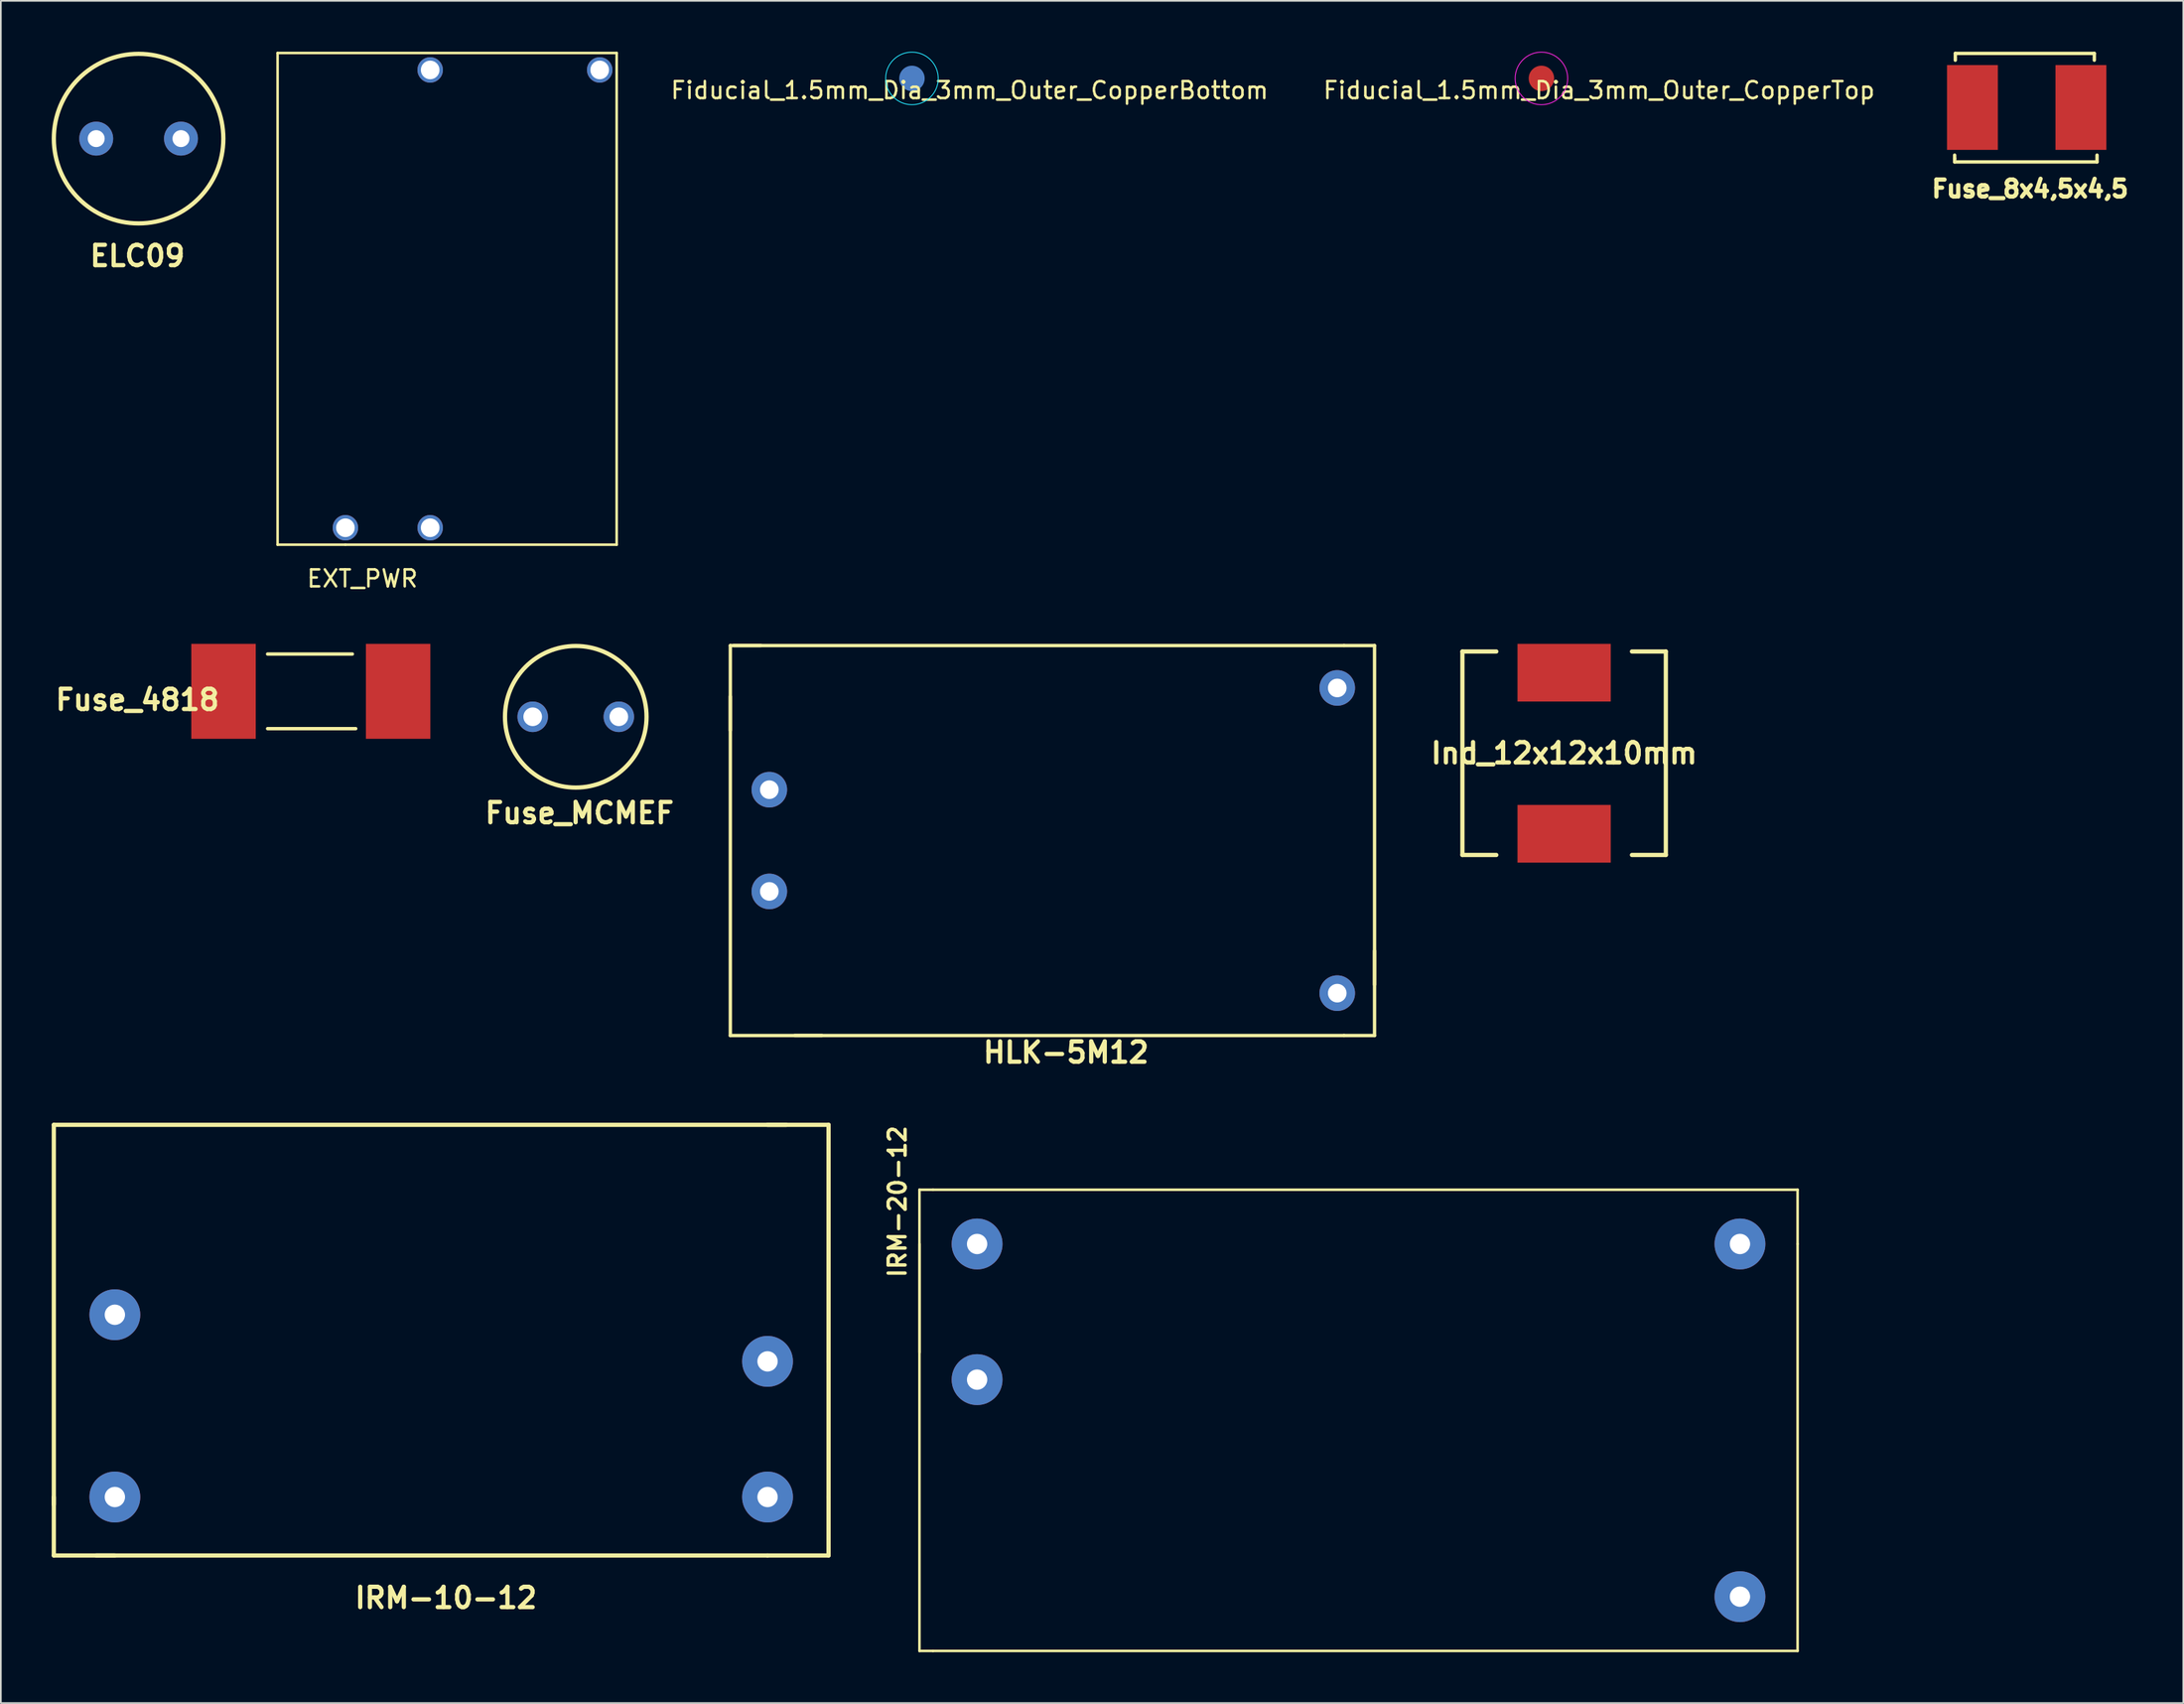
<source format=kicad_pcb>
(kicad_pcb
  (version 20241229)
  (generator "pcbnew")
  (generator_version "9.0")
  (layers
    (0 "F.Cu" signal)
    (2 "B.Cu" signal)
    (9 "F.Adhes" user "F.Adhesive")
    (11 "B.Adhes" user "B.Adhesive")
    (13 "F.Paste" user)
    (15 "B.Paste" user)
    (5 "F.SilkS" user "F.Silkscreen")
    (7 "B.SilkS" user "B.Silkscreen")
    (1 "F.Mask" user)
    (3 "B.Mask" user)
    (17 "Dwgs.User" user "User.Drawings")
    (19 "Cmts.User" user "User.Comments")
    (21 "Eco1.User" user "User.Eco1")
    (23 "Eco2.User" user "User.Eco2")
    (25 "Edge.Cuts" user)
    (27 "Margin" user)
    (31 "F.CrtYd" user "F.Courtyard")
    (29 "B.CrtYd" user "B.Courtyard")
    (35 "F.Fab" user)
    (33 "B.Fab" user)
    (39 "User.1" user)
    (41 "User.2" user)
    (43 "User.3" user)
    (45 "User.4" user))
  (footprint "EXT_PWR"
    (layer "F.Cu")
    (at 17.325 28.075)
    (property "Reference" "EXT_PWR" (at 1 3 0) (layer "F.SilkS") (effects (font (size 1 1) (thickness 0.15))))
    (attr through_hole)
    (fp_line (start -4 -28) (end 16 -28) (stroke (width 0.15) (type solid)) (layer "F.SilkS"))
    (fp_line (start -4 1) (end -4 -28) (stroke (width 0.15) (type solid)) (layer "F.SilkS"))
    (fp_line (start 0 1) (end -4 1) (stroke (width 0.15) (type solid)) (layer "F.SilkS"))
    (fp_line (start 16 -28) (end 16 1) (stroke (width 0.15) (type solid)) (layer "F.SilkS"))
    (fp_line (start 16 1) (end 0 1) (stroke (width 0.15) (type solid)) (layer "F.SilkS"))
    (pad "1" thru_hole circle (at 0 0) (size 1.5 1.5) (drill 1.1) (layers "*.Cu" "*.Mask"))
    (pad "2" thru_hole circle (at 5 -27) (size 1.5 1.5) (drill 1.1) (layers "*.Cu" "*.Mask"))
    (pad "3" thru_hole circle (at 5 0) (size 1.5 1.5) (drill 1.1) (layers "*.Cu" "*.Mask"))
    (pad "4" thru_hole circle (at 15 -27) (size 1.5 1.5) (drill 1.1) (layers "*.Cu" "*.Mask")))
  (footprint "IRM-20-12"
    (layer "F.Cu")
    (at 54.586 70.316)
    (property "Reference" "IRM-20-12" (at -4.7 -2.5 90) (layer "F.SilkS") (effects (font (size 1 1) (thickness 0.2))))
    (attr through_hole)
    (fp_line (start -3.4 -3.2) (end -3.4 6.4) (stroke (width 0.15) (type solid)) (layer "F.SilkS"))
    (fp_line (start -3.4 0) (end -3.4 24) (stroke (width 0.15) (type solid)) (layer "F.SilkS"))
    (fp_line (start -2.6 -3.2) (end -3.4 -3.2) (stroke (width 0.15) (type solid)) (layer "F.SilkS"))
    (fp_line (start -2.6 24) (end -3.4 24) (stroke (width 0.15) (type solid)) (layer "F.SilkS"))
    (fp_line (start 48.4 -3.2) (end -2.6 -3.2) (stroke (width 0.15) (type solid)) (layer "F.SilkS"))
    (fp_line (start 48.4 0) (end 48.4 -3.2) (stroke (width 0.15) (type solid)) (layer "F.SilkS"))
    (fp_line (start 48.4 0) (end 48.4 24) (stroke (width 0.15) (type solid)) (layer "F.SilkS"))
    (fp_line (start 48.4 24) (end -2.6 24) (stroke (width 0.15) (type solid)) (layer "F.SilkS"))
    (pad "1" thru_hole circle (at 45 0) (size 3 3) (drill 1.2) (layers "*.Cu" "*.Mask"))
    (pad "2" thru_hole circle (at 45 20.8) (size 3 3) (drill 1.2) (layers "*.Cu" "*.Mask"))
    (pad "3" thru_hole circle (at 0 0) (size 3 3) (drill 1.2) (layers "*.Cu" "*.Mask"))
    (pad "4" thru_hole circle (at 0 8) (size 3 3) (drill 1.2) (layers "*.Cu" "*.Mask")))
  (footprint "Fiducial_1.5mm_Dia_3mm_Outer_CopperBottom"
    (layer "F.Cu")
    (at 50.744 1.575)
    (property "Reference" "Fiducial_1.5mm_Dia_3mm_Outer_CopperBottom" (at 3.4 0.7 0) (layer "F.SilkS") (effects (font (size 1 1) (thickness 0.15))))
    (attr exclude_from_pos_files exclude_from_bom)
    (fp_circle (center 0 0) (end 1.55 0) (stroke (width 0.05) (type solid)) (fill no) (layer "B.CrtYd"))
    (pad "~" smd circle (at 0 0) (size 1.5 1.5) (layers "B.Cu" "B.Mask")))
  (footprint "Fuse_8x4,5x4,5"
    (layer "F.Cu")
    (at 116.499 3.29)
    (property "Reference" "Fuse_8x4,5x4,5" (at 0.2 4.8 0) (layer "F.SilkS") (effects (font (size 1 1) (thickness 0.25))))
    (attr smd)
    (fp_line (start -4.25 2.81) (end -4.25 3.01) (stroke (width 0.2) (type solid)) (layer "F.SilkS"))
    (fp_line (start -4.25 3.01) (end -4.25 3.21) (stroke (width 0.2) (type solid)) (layer "F.SilkS"))
    (fp_line (start -4.25 3.21) (end 4.15 3.21) (stroke (width 0.2) (type solid)) (layer "F.SilkS"))
    (fp_line (start -4.21 -3.19) (end 3.99 -3.19) (stroke (width 0.2) (type solid)) (layer "F.SilkS"))
    (fp_line (start -4.21 -2.79) (end -4.21 -3.19) (stroke (width 0.2) (type solid)) (layer "F.SilkS"))
    (fp_line (start 3.99 -3.19) (end 3.99 -2.79) (stroke (width 0.2) (type solid)) (layer "F.SilkS"))
    (fp_line (start 4.15 3.21) (end 4.15 2.81) (stroke (width 0.2) (type solid)) (layer "F.SilkS"))
    (pad "1" smd rect (at -3.2 0) (size 3 5) (layers "F.Cu" "F.Mask" "F.Paste"))
    (pad "2" smd rect (at 3.2 0) (size 3 5) (layers "F.Cu" "F.Mask" "F.Paste")))
  (footprint "Ind_12x12x10mm"
    (layer "F.Cu")
    (at 89.214 41.373)
    (property "Reference" "Ind_12x12x10mm" (at 0 0 0) (layer "F.SilkS") (effects (font (size 1.2 1.2) (thickness 0.25))))
    (attr through_hole)
    (fp_line (start -6 -6) (end -4 -6) (stroke (width 0.25) (type solid)) (layer "F.SilkS"))
    (fp_line (start -6 6) (end -6 -6) (stroke (width 0.25) (type solid)) (layer "F.SilkS"))
    (fp_line (start -4 6) (end -6 6) (stroke (width 0.25) (type solid)) (layer "F.SilkS"))
    (fp_line (start 4 -6) (end 6 -6) (stroke (width 0.25) (type solid)) (layer "F.SilkS"))
    (fp_line (start 6 -6) (end 6 6) (stroke (width 0.25) (type solid)) (layer "F.SilkS"))
    (fp_line (start 6 6) (end 4 6) (stroke (width 0.25) (type solid)) (layer "F.SilkS"))
    (pad "1" smd rect (at 0 -4.75) (size 5.5 3.4) (layers "F.Cu" "F.Mask" "F.Paste"))
    (pad "2" smd rect (at 0 4.75) (size 5.5 3.4) (layers "F.Cu" "F.Mask" "F.Paste")))
  (footprint "IRM-10-12"
    (layer "F.Cu")
    (at 3.725 74.489)
    (property "Reference" "IRM-10-12" (at 19.53 16.7 0) (layer "F.SilkS") (effects (font (size 1.2 1.2) (thickness 0.25))))
    (attr through_hole)
    (fp_line (start -3.6 -11.2) (end -3.6 11.2) (stroke (width 0.25) (type solid)) (layer "F.SilkS"))
    (fp_line (start -3.6 -11.2) (end 39.6 -11.2) (stroke (width 0.25) (type solid)) (layer "F.SilkS"))
    (fp_line (start -3.6 14.2) (end -3.6 10.75) (stroke (width 0.25) (type solid)) (layer "F.SilkS"))
    (fp_line (start 0 14.2) (end -3.6 14.2) (stroke (width 0.25) (type solid)) (layer "F.SilkS"))
    (fp_line (start 38.5 -11.2) (end 42.1 -11.2) (stroke (width 0.25) (type solid)) (layer "F.SilkS"))
    (fp_line (start 38.5 14.2) (end -1.1 14.2) (stroke (width 0.25) (type solid)) (layer "F.SilkS"))
    (fp_line (start 38.5 14.2) (end 42.1 14.2) (stroke (width 0.25) (type solid)) (layer "F.SilkS"))
    (fp_line (start 42.1 -11.2) (end 42.1 2.75) (stroke (width 0.25) (type solid)) (layer "F.SilkS"))
    (fp_line (start 42.1 2.75) (end 42.1 10.75) (stroke (width 0.25) (type solid)) (layer "F.SilkS"))
    (fp_line (start 42.1 14.2) (end 42.1 10.75) (stroke (width 0.25) (type solid)) (layer "F.SilkS"))
    (pad "1" thru_hole circle (at 0 10.75) (size 3 3) (drill 1.2) (layers "*.Cu" "*.Mask"))
    (pad "2" thru_hole circle (at 0 0) (size 3 3) (drill 1.2) (layers "*.Cu" "*.Mask"))
    (pad "3" thru_hole circle (at 38.5 10.75) (size 3 3) (drill 1.2) (layers "*.Cu" "*.Mask"))
    (pad "4" thru_hole circle (at 38.5 2.75) (size 3 3) (drill 1.2) (layers "*.Cu" "*.Mask")))
  (footprint "HLK-5M12"
    (layer "F.Cu")
    (at 58.831 46.523)
    (property "Reference" "HLK-5M12" (at 1 12.5 0) (layer "F.SilkS") (effects (font (size 1.2 1.2) (thickness 0.25))))
    (attr through_hole)
    (fp_line (start -18.8 -11.5) (end -17 -11.5) (stroke (width 0.2) (type solid)) (layer "F.SilkS"))
    (fp_line (start -18.8 -6.5) (end -18.8 -11.5) (stroke (width 0.2) (type solid)) (layer "F.SilkS"))
    (fp_line (start -18.8 11.5) (end -18.8 -8.5) (stroke (width 0.2) (type solid)) (layer "F.SilkS"))
    (fp_line (start -13.4 11.5) (end -18.8 11.5) (stroke (width 0.2) (type solid)) (layer "F.SilkS"))
    (fp_line (start 17.4 -11.5) (end -18.6 -11.5) (stroke (width 0.2) (type solid)) (layer "F.SilkS"))
    (fp_line (start 17.4 -11.5) (end 19.2 -11.5) (stroke (width 0.2) (type solid)) (layer "F.SilkS"))
    (fp_line (start 17.4 11.5) (end -15 11.5) (stroke (width 0.2) (type solid)) (layer "F.SilkS"))
    (fp_line (start 17.4 11.5) (end 19.2 11.5) (stroke (width 0.2) (type solid)) (layer "F.SilkS"))
    (fp_line (start 19.2 -11.5) (end 19.2 8.5) (stroke (width 0.2) (type solid)) (layer "F.SilkS"))
    (fp_line (start 19.2 11.5) (end 19.2 6.5) (stroke (width 0.2) (type solid)) (layer "F.SilkS"))
    (pad "1" thru_hole circle (at -16.5 -3) (size 2.1 2.1) (drill 1.1) (layers "*.Cu" "*.Mask"))
    (pad "2" thru_hole circle (at -16.5 3) (size 2.1 2.1) (drill 1.1) (layers "*.Cu" "*.Mask"))
    (pad "3" thru_hole circle (at 17 -9) (size 2.1 2.1) (drill 1.1) (layers "*.Cu" "*.Mask"))
    (pad "4" thru_hole circle (at 17 9) (size 2.1 2.1) (drill 1.1) (layers "*.Cu" "*.Mask")))
  (footprint "Fuse_4818"
    (layer "F.Cu")
    (at 10.135 37.723)
    (property "Reference" "Fuse_4818" (at -5.08 0.5 0) (layer "F.SilkS") (effects (font (size 1.2 1.2) (thickness 0.25))))
    (attr through_hole)
    (fp_line (start 2.6 -2.2) (end 7.6 -2.2) (stroke (width 0.2) (type solid)) (layer "F.SilkS"))
    (fp_line (start 2.6 2.2) (end 7.8 2.2) (stroke (width 0.2) (type solid)) (layer "F.SilkS"))
    (pad "1" smd rect (at 0 0) (size 3.8 5.6) (layers "F.Cu" "F.Mask" "F.Paste"))
    (pad "2" smd rect (at 10.3 0) (size 3.8 5.6) (layers "F.Cu" "F.Mask" "F.Paste")))
  (footprint "ELC09"
    (layer "F.Cu")
    (at 2.625 5.125)
    (property "Reference" "ELC09" (at 2.43 6.92 0) (layer "F.SilkS") (effects (font (size 1.2 1.2) (thickness 0.25))))
    (attr through_hole)
    (fp_circle (center 2.5 0) (end 2.5 -5) (stroke (width 0.25) (type solid)) (fill no) (layer "F.SilkS"))
    (pad "1" thru_hole circle (at 0 0) (size 2 2) (drill 1) (layers "*.Cu" "*.Mask"))
    (pad "2" thru_hole circle (at 5 0) (size 2 2) (drill 1) (layers "*.Cu" "*.Mask")))
  (footprint "Fuse_MCMEF"
    (layer "F.Cu")
    (at 28.373 39.223)
    (property "Reference" "Fuse_MCMEF" (at 2.76 5.68 0) (layer "F.SilkS") (effects (font (size 1.2 1.2) (thickness 0.25))))
    (attr through_hole)
    (fp_circle (center 2.54 0) (end 2.54 -4.175) (stroke (width 0.25) (type solid)) (fill no) (layer "F.SilkS"))
    (pad "1" thru_hole circle (at 0 0) (size 1.8 1.8) (drill 1.1) (layers "*.Cu" "*.Mask"))
    (pad "2" thru_hole circle (at 5.08 0) (size 1.8 1.8) (drill 1.1) (layers "*.Cu" "*.Mask")))
  (footprint "Fiducial_1.5mm_Dia_3mm_Outer_CopperTop"
    (layer "F.Cu")
    (at 87.875 1.575)
    (property "Reference" "Fiducial_1.5mm_Dia_3mm_Outer_CopperTop" (at 3.4 0.7 0) (layer "F.SilkS") (effects (font (size 1 1) (thickness 0.15))))
    (attr exclude_from_pos_files exclude_from_bom)
    (fp_circle (center 0 0) (end 1.55 0) (stroke (width 0.05) (type solid)) (fill no) (layer "F.CrtYd"))
    (pad "~" smd circle (at 0 0) (size 1.5 1.5) (layers "F.Cu" "F.Mask")))
  (gr_rect
    (start -3 -3)
    (end 125.736 97.391)
    (stroke (width 0.1) (type default))
    (fill no)
    (layer "Edge.Cuts")))
</source>
